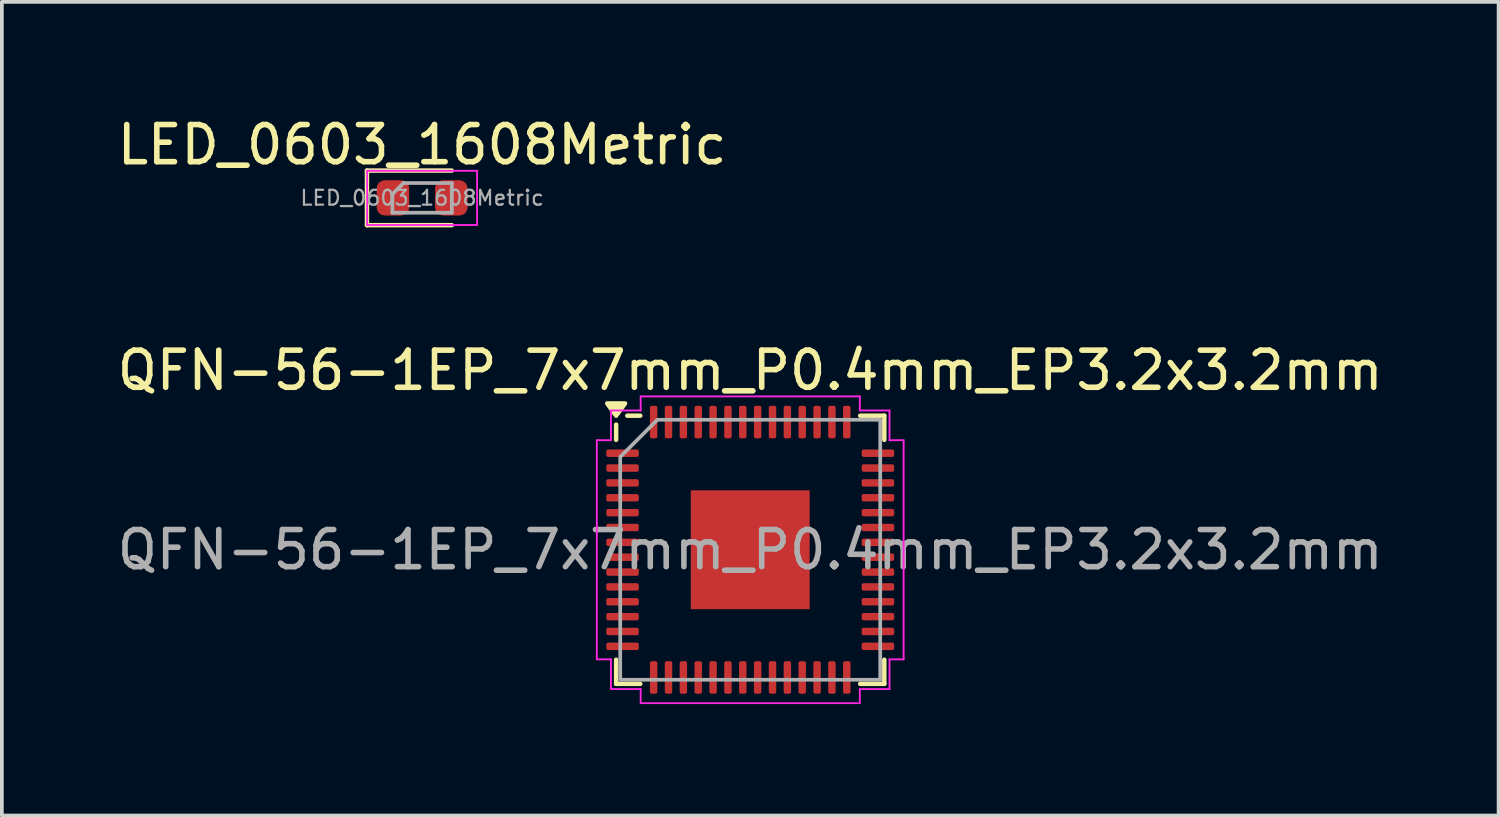
<source format=kicad_pcb>
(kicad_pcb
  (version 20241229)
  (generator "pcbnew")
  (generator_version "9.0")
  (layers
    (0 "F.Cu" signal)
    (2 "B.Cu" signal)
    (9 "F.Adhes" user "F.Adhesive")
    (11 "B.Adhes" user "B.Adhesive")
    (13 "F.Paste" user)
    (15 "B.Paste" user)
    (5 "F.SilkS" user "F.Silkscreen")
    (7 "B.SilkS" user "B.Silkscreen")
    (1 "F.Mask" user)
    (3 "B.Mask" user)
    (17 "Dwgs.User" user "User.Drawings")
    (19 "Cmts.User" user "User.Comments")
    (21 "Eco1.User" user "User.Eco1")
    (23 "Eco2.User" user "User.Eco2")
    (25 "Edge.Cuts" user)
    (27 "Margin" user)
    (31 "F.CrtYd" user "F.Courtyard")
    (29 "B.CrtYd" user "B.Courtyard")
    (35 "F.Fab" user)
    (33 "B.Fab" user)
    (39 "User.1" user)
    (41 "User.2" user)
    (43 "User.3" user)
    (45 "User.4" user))
  (footprint "QFN-56-1EP_7x7mm_P0.4mm_EP3.2x3.2mm"
    (layer "F.Cu")
    (at 17.149 11.752)
    (property "Reference" "QFN-56-1EP_7x7mm_P0.4mm_EP3.2x3.2mm" (at 0 -4.83 180) (layer "F.SilkS") (effects (font (size 1 1) (thickness 0.15))))
    (attr smd)
    (fp_line (start -3.61 -2.96) (end -3.61 -3.37) (stroke (width 0.12) (type solid)) (layer "F.SilkS"))
    (fp_line (start -3.61 3.61) (end -3.61 2.96) (stroke (width 0.12) (type solid)) (layer "F.SilkS"))
    (fp_line (start -2.96 -3.61) (end -3.31 -3.61) (stroke (width 0.12) (type solid)) (layer "F.SilkS"))
    (fp_line (start -2.96 3.61) (end -3.61 3.61) (stroke (width 0.12) (type solid)) (layer "F.SilkS"))
    (fp_line (start 2.96 -3.61) (end 3.61 -3.61) (stroke (width 0.12) (type solid)) (layer "F.SilkS"))
    (fp_line (start 2.96 3.61) (end 3.61 3.61) (stroke (width 0.12) (type solid)) (layer "F.SilkS"))
    (fp_line (start 3.61 -3.61) (end 3.61 -2.96) (stroke (width 0.12) (type solid)) (layer "F.SilkS"))
    (fp_line (start 3.61 3.61) (end 3.61 2.96) (stroke (width 0.12) (type solid)) (layer "F.SilkS"))
    (fp_poly (pts (xy -3.61 -3.61) (xy -3.85 -3.94) (xy -3.37 -3.94)) (stroke (width 0.12) (type solid)) (fill yes) (layer "F.SilkS"))
    (fp_line (start -4.13 -2.95) (end -3.75 -2.95) (stroke (width 0.05) (type solid)) (layer "F.CrtYd"))
    (fp_line (start -4.13 2.95) (end -4.13 -2.95) (stroke (width 0.05) (type solid)) (layer "F.CrtYd"))
    (fp_line (start -3.75 -3.75) (end -2.95 -3.75) (stroke (width 0.05) (type solid)) (layer "F.CrtYd"))
    (fp_line (start -3.75 -2.95) (end -3.75 -3.75) (stroke (width 0.05) (type solid)) (layer "F.CrtYd"))
    (fp_line (start -3.75 2.95) (end -4.13 2.95) (stroke (width 0.05) (type solid)) (layer "F.CrtYd"))
    (fp_line (start -3.75 3.75) (end -3.75 2.95) (stroke (width 0.05) (type solid)) (layer "F.CrtYd"))
    (fp_line (start -2.95 -4.13) (end 2.95 -4.13) (stroke (width 0.05) (type solid)) (layer "F.CrtYd"))
    (fp_line (start -2.95 -3.75) (end -2.95 -4.13) (stroke (width 0.05) (type solid)) (layer "F.CrtYd"))
    (fp_line (start -2.95 3.75) (end -3.75 3.75) (stroke (width 0.05) (type solid)) (layer "F.CrtYd"))
    (fp_line (start -2.95 4.13) (end -2.95 3.75) (stroke (width 0.05) (type solid)) (layer "F.CrtYd"))
    (fp_line (start 2.95 -4.13) (end 2.95 -3.75) (stroke (width 0.05) (type solid)) (layer "F.CrtYd"))
    (fp_line (start 2.95 -3.75) (end 3.75 -3.75) (stroke (width 0.05) (type solid)) (layer "F.CrtYd"))
    (fp_line (start 2.95 3.75) (end 2.95 4.13) (stroke (width 0.05) (type solid)) (layer "F.CrtYd"))
    (fp_line (start 2.95 4.13) (end -2.95 4.13) (stroke (width 0.05) (type solid)) (layer "F.CrtYd"))
    (fp_line (start 3.75 -3.75) (end 3.75 -2.95) (stroke (width 0.05) (type solid)) (layer "F.CrtYd"))
    (fp_line (start 3.75 -2.95) (end 4.13 -2.95) (stroke (width 0.05) (type solid)) (layer "F.CrtYd"))
    (fp_line (start 3.75 2.95) (end 3.75 3.75) (stroke (width 0.05) (type solid)) (layer "F.CrtYd"))
    (fp_line (start 3.75 3.75) (end 2.95 3.75) (stroke (width 0.05) (type solid)) (layer "F.CrtYd"))
    (fp_line (start 4.13 -2.95) (end 4.13 2.95) (stroke (width 0.05) (type solid)) (layer "F.CrtYd"))
    (fp_line (start 4.13 2.95) (end 3.75 2.95) (stroke (width 0.05) (type solid)) (layer "F.CrtYd"))
    (fp_poly (pts (xy -3.5 -2.5) (xy -3.5 3.5) (xy 3.5 3.5) (xy 3.5 -3.5) (xy -2.5 -3.5)) (stroke (width 0.1) (type solid)) (fill no) (layer "F.Fab"))
    (fp_text user "${REFERENCE}" (at 0 0 180) (layer "F.Fab") (effects (font (size 1 1) (thickness 0.15))))
    (pad "" smd roundrect (at -0.8 -0.8) (size 1.29 1.29) (layers "F.Paste") (roundrect_rratio 0.194))
    (pad "" smd roundrect (at -0.8 0.8) (size 1.29 1.29) (layers "F.Paste") (roundrect_rratio 0.194))
    (pad "" smd roundrect (at 0.8 -0.8) (size 1.29 1.29) (layers "F.Paste") (roundrect_rratio 0.194))
    (pad "" smd roundrect (at 0.8 0.8) (size 1.29 1.29) (layers "F.Paste") (roundrect_rratio 0.194))
    (pad "1" smd roundrect (at -3.438 -2.6) (size 0.875 0.2) (layers "F.Cu" "F.Mask" "F.Paste") (roundrect_rratio 0.25))
    (pad "2" smd roundrect (at -3.438 -2.2) (size 0.875 0.2) (layers "F.Cu" "F.Mask" "F.Paste") (roundrect_rratio 0.25))
    (pad "3" smd roundrect (at -3.438 -1.8) (size 0.875 0.2) (layers "F.Cu" "F.Mask" "F.Paste") (roundrect_rratio 0.25))
    (pad "4" smd roundrect (at -3.438 -1.4) (size 0.875 0.2) (layers "F.Cu" "F.Mask" "F.Paste") (roundrect_rratio 0.25))
    (pad "5" smd roundrect (at -3.438 -1) (size 0.875 0.2) (layers "F.Cu" "F.Mask" "F.Paste") (roundrect_rratio 0.25))
    (pad "6" smd roundrect (at -3.438 -0.6) (size 0.875 0.2) (layers "F.Cu" "F.Mask" "F.Paste") (roundrect_rratio 0.25))
    (pad "7" smd roundrect (at -3.438 -0.2) (size 0.875 0.2) (layers "F.Cu" "F.Mask" "F.Paste") (roundrect_rratio 0.25))
    (pad "8" smd roundrect (at -3.438 0.2) (size 0.875 0.2) (layers "F.Cu" "F.Mask" "F.Paste") (roundrect_rratio 0.25))
    (pad "9" smd roundrect (at -3.438 0.6) (size 0.875 0.2) (layers "F.Cu" "F.Mask" "F.Paste") (roundrect_rratio 0.25))
    (pad "10" smd roundrect (at -3.438 1) (size 0.875 0.2) (layers "F.Cu" "F.Mask" "F.Paste") (roundrect_rratio 0.25))
    (pad "11" smd roundrect (at -3.438 1.4) (size 0.875 0.2) (layers "F.Cu" "F.Mask" "F.Paste") (roundrect_rratio 0.25))
    (pad "12" smd roundrect (at -3.438 1.8) (size 0.875 0.2) (layers "F.Cu" "F.Mask" "F.Paste") (roundrect_rratio 0.25))
    (pad "13" smd roundrect (at -3.438 2.2) (size 0.875 0.2) (layers "F.Cu" "F.Mask" "F.Paste") (roundrect_rratio 0.25))
    (pad "14" smd roundrect (at -3.438 2.6) (size 0.875 0.2) (layers "F.Cu" "F.Mask" "F.Paste") (roundrect_rratio 0.25))
    (pad "15" smd roundrect (at -2.6 3.438) (size 0.2 0.875) (layers "F.Cu" "F.Mask" "F.Paste") (roundrect_rratio 0.25))
    (pad "16" smd roundrect (at -2.2 3.438) (size 0.2 0.875) (layers "F.Cu" "F.Mask" "F.Paste") (roundrect_rratio 0.25))
    (pad "17" smd roundrect (at -1.8 3.438) (size 0.2 0.875) (layers "F.Cu" "F.Mask" "F.Paste") (roundrect_rratio 0.25))
    (pad "18" smd roundrect (at -1.4 3.438) (size 0.2 0.875) (layers "F.Cu" "F.Mask" "F.Paste") (roundrect_rratio 0.25))
    (pad "19" smd roundrect (at -1 3.438) (size 0.2 0.875) (layers "F.Cu" "F.Mask" "F.Paste") (roundrect_rratio 0.25))
    (pad "20" smd roundrect (at -0.6 3.438) (size 0.2 0.875) (layers "F.Cu" "F.Mask" "F.Paste") (roundrect_rratio 0.25))
    (pad "21" smd roundrect (at -0.2 3.438) (size 0.2 0.875) (layers "F.Cu" "F.Mask" "F.Paste") (roundrect_rratio 0.25))
    (pad "22" smd roundrect (at 0.2 3.438) (size 0.2 0.875) (layers "F.Cu" "F.Mask" "F.Paste") (roundrect_rratio 0.25))
    (pad "23" smd roundrect (at 0.6 3.438) (size 0.2 0.875) (layers "F.Cu" "F.Mask" "F.Paste") (roundrect_rratio 0.25))
    (pad "24" smd roundrect (at 1 3.438) (size 0.2 0.875) (layers "F.Cu" "F.Mask" "F.Paste") (roundrect_rratio 0.25))
    (pad "25" smd roundrect (at 1.4 3.438) (size 0.2 0.875) (layers "F.Cu" "F.Mask" "F.Paste") (roundrect_rratio 0.25))
    (pad "26" smd roundrect (at 1.8 3.438) (size 0.2 0.875) (layers "F.Cu" "F.Mask" "F.Paste") (roundrect_rratio 0.25))
    (pad "27" smd roundrect (at 2.2 3.438) (size 0.2 0.875) (layers "F.Cu" "F.Mask" "F.Paste") (roundrect_rratio 0.25))
    (pad "28" smd roundrect (at 2.6 3.438) (size 0.2 0.875) (layers "F.Cu" "F.Mask" "F.Paste") (roundrect_rratio 0.25))
    (pad "29" smd roundrect (at 3.438 2.6) (size 0.875 0.2) (layers "F.Cu" "F.Mask" "F.Paste") (roundrect_rratio 0.25))
    (pad "30" smd roundrect (at 3.438 2.2) (size 0.875 0.2) (layers "F.Cu" "F.Mask" "F.Paste") (roundrect_rratio 0.25))
    (pad "31" smd roundrect (at 3.438 1.8) (size 0.875 0.2) (layers "F.Cu" "F.Mask" "F.Paste") (roundrect_rratio 0.25))
    (pad "32" smd roundrect (at 3.438 1.4) (size 0.875 0.2) (layers "F.Cu" "F.Mask" "F.Paste") (roundrect_rratio 0.25))
    (pad "33" smd roundrect (at 3.438 1) (size 0.875 0.2) (layers "F.Cu" "F.Mask" "F.Paste") (roundrect_rratio 0.25))
    (pad "34" smd roundrect (at 3.438 0.6) (size 0.875 0.2) (layers "F.Cu" "F.Mask" "F.Paste") (roundrect_rratio 0.25))
    (pad "35" smd roundrect (at 3.438 0.2) (size 0.875 0.2) (layers "F.Cu" "F.Mask" "F.Paste") (roundrect_rratio 0.25))
    (pad "36" smd roundrect (at 3.438 -0.2) (size 0.875 0.2) (layers "F.Cu" "F.Mask" "F.Paste") (roundrect_rratio 0.25))
    (pad "37" smd roundrect (at 3.438 -0.6) (size 0.875 0.2) (layers "F.Cu" "F.Mask" "F.Paste") (roundrect_rratio 0.25))
    (pad "38" smd roundrect (at 3.438 -1) (size 0.875 0.2) (layers "F.Cu" "F.Mask" "F.Paste") (roundrect_rratio 0.25))
    (pad "39" smd roundrect (at 3.438 -1.4) (size 0.875 0.2) (layers "F.Cu" "F.Mask" "F.Paste") (roundrect_rratio 0.25))
    (pad "40" smd roundrect (at 3.438 -1.8) (size 0.875 0.2) (layers "F.Cu" "F.Mask" "F.Paste") (roundrect_rratio 0.25))
    (pad "41" smd roundrect (at 3.438 -2.2) (size 0.875 0.2) (layers "F.Cu" "F.Mask" "F.Paste") (roundrect_rratio 0.25))
    (pad "42" smd roundrect (at 3.438 -2.6) (size 0.875 0.2) (layers "F.Cu" "F.Mask" "F.Paste") (roundrect_rratio 0.25))
    (pad "43" smd roundrect (at 2.6 -3.438) (size 0.2 0.875) (layers "F.Cu" "F.Mask" "F.Paste") (roundrect_rratio 0.25))
    (pad "44" smd roundrect (at 2.2 -3.438) (size 0.2 0.875) (layers "F.Cu" "F.Mask" "F.Paste") (roundrect_rratio 0.25))
    (pad "45" smd roundrect (at 1.8 -3.438) (size 0.2 0.875) (layers "F.Cu" "F.Mask" "F.Paste") (roundrect_rratio 0.25))
    (pad "46" smd roundrect (at 1.4 -3.438) (size 0.2 0.875) (layers "F.Cu" "F.Mask" "F.Paste") (roundrect_rratio 0.25))
    (pad "47" smd roundrect (at 1 -3.438) (size 0.2 0.875) (layers "F.Cu" "F.Mask" "F.Paste") (roundrect_rratio 0.25))
    (pad "48" smd roundrect (at 0.6 -3.438) (size 0.2 0.875) (layers "F.Cu" "F.Mask" "F.Paste") (roundrect_rratio 0.25))
    (pad "49" smd roundrect (at 0.2 -3.438) (size 0.2 0.875) (layers "F.Cu" "F.Mask" "F.Paste") (roundrect_rratio 0.25))
    (pad "50" smd roundrect (at -0.2 -3.438) (size 0.2 0.875) (layers "F.Cu" "F.Mask" "F.Paste") (roundrect_rratio 0.25))
    (pad "51" smd roundrect (at -0.6 -3.438) (size 0.2 0.875) (layers "F.Cu" "F.Mask" "F.Paste") (roundrect_rratio 0.25))
    (pad "52" smd roundrect (at -1 -3.438) (size 0.2 0.875) (layers "F.Cu" "F.Mask" "F.Paste") (roundrect_rratio 0.25))
    (pad "53" smd roundrect (at -1.4 -3.438) (size 0.2 0.875) (layers "F.Cu" "F.Mask" "F.Paste") (roundrect_rratio 0.25))
    (pad "54" smd roundrect (at -1.8 -3.438) (size 0.2 0.875) (layers "F.Cu" "F.Mask" "F.Paste") (roundrect_rratio 0.25))
    (pad "55" smd roundrect (at -2.2 -3.438) (size 0.2 0.875) (layers "F.Cu" "F.Mask" "F.Paste") (roundrect_rratio 0.25))
    (pad "56" smd roundrect (at -2.6 -3.438) (size 0.2 0.875) (layers "F.Cu" "F.Mask" "F.Paste") (roundrect_rratio 0.25))
    (pad "57" smd rect (at 0 0) (size 3.2 3.2) (property pad_prop_heatsink) (layers "F.Cu" "F.Mask")))
  (footprint "LED_0603_1608Metric"
    (layer "F.Cu")
    (at 8.315 2.278)
    (property "Reference" "LED_0603_1608Metric" (at 0 -1.43 180) (layer "F.SilkS") (effects (font (size 1 1) (thickness 0.15))))
    (attr smd)
    (fp_line (start -1.485 -0.735) (end -1.485 0.735) (stroke (width 0.12) (type solid)) (layer "F.SilkS"))
    (fp_line (start -1.485 0.735) (end 0.8 0.735) (stroke (width 0.12) (type solid)) (layer "F.SilkS"))
    (fp_line (start 0.8 -0.735) (end -1.485 -0.735) (stroke (width 0.12) (type solid)) (layer "F.SilkS"))
    (fp_line (start -1.48 -0.73) (end 1.48 -0.73) (stroke (width 0.05) (type solid)) (layer "F.CrtYd"))
    (fp_line (start -1.48 0.73) (end -1.48 -0.73) (stroke (width 0.05) (type solid)) (layer "F.CrtYd"))
    (fp_line (start 1.48 -0.73) (end 1.48 0.73) (stroke (width 0.05) (type solid)) (layer "F.CrtYd"))
    (fp_line (start 1.48 0.73) (end -1.48 0.73) (stroke (width 0.05) (type solid)) (layer "F.CrtYd"))
    (fp_line (start -0.8 -0.1) (end -0.8 0.4) (stroke (width 0.1) (type solid)) (layer "F.Fab"))
    (fp_line (start -0.8 0.4) (end 0.8 0.4) (stroke (width 0.1) (type solid)) (layer "F.Fab"))
    (fp_line (start -0.5 -0.4) (end -0.8 -0.1) (stroke (width 0.1) (type solid)) (layer "F.Fab"))
    (fp_line (start 0.8 -0.4) (end -0.5 -0.4) (stroke (width 0.1) (type solid)) (layer "F.Fab"))
    (fp_line (start 0.8 0.4) (end 0.8 -0.4) (stroke (width 0.1) (type solid)) (layer "F.Fab"))
    (fp_text user "${REFERENCE}" (at 0 0 180) (layer "F.Fab") (effects (font (size 0.4 0.4) (thickness 0.06))))
    (pad "1" smd roundrect (at -0.787 0) (size 0.875 0.95) (layers "F.Cu" "F.Mask" "F.Paste") (roundrect_rratio 0.25))
    (pad "2" smd roundrect (at 0.787 0) (size 0.875 0.95) (layers "F.Cu" "F.Mask" "F.Paste") (roundrect_rratio 0.25)))
  (gr_rect
    (start -3 -3)
    (end 37.298 18.907)
    (stroke (width 0.1) (type default))
    (fill no)
    (layer "Edge.Cuts")))
</source>
